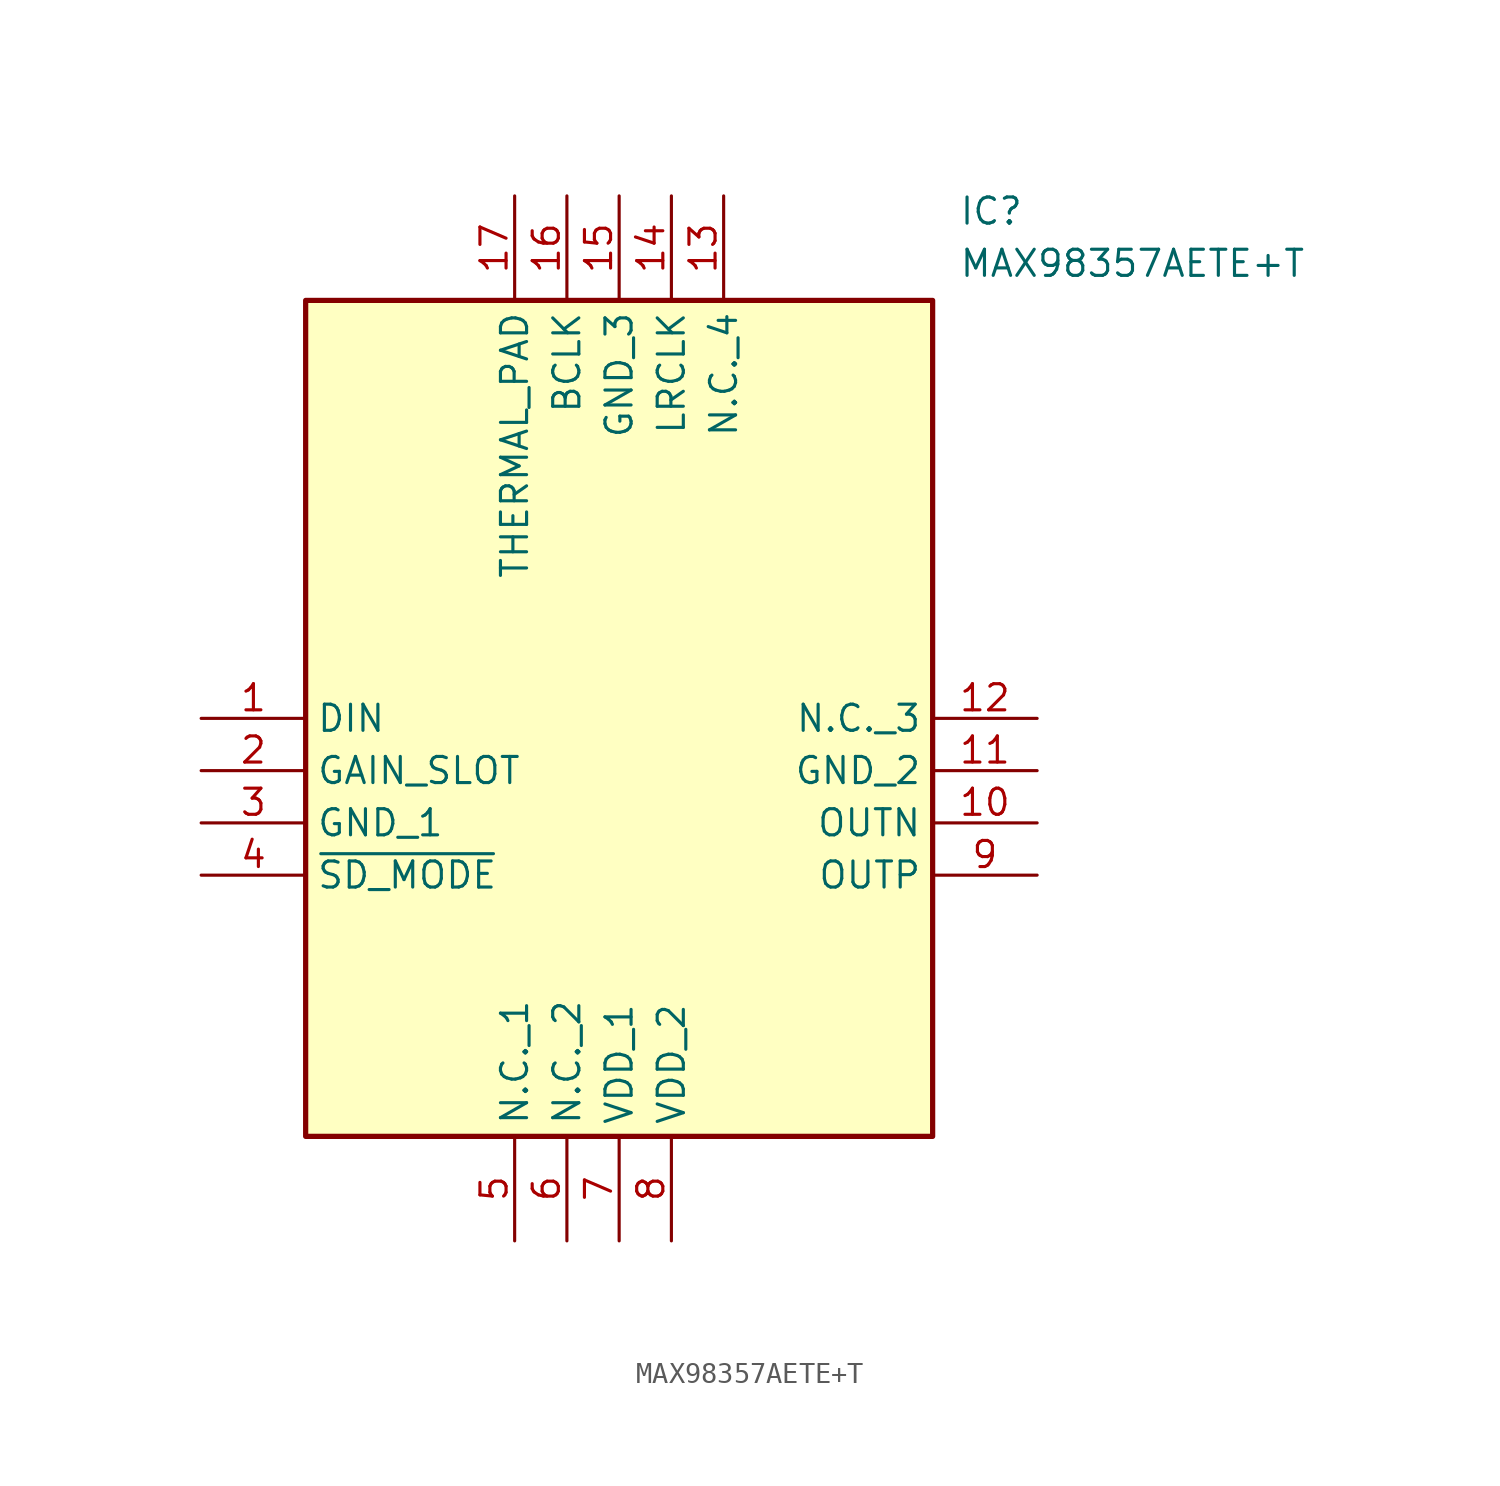
<source format=kicad_sym>
(kicad_symbol_lib
  (version 20211014)
  (generator SamacSys_ECAD_Model)
  (symbol "MAX98357AETE+T"
    (property "Reference" "IC"
      (at 36.83 25.4 0)
      (effects (font (size 1.27 1.27)) (justify left top)))
    (property "Value" "MAX98357AETE+T"
      (at 36.83 22.86 0)
      (effects (font (size 1.27 1.27)) (justify left top)))
    (rectangle
      (start 5.08 20.32)
      (end 35.56 -20.32)
      (stroke (width 0.254) (type default))
      (fill (type background)))
    (pin passive line
      (at 0 0 0)
      (length 5.08)
      (name "DIN" (effects (font (size 1.27 1.27))))
      (number "1" (effects (font (size 1.27 1.27)))))
    (pin passive line
      (at 0 -2.54 0)
      (length 5.08)
      (name "GAIN_SLOT" (effects (font (size 1.27 1.27))))
      (number "2" (effects (font (size 1.27 1.27)))))
    (pin passive line
      (at 0 -5.08 0)
      (length 5.08)
      (name "GND_1" (effects (font (size 1.27 1.27))))
      (number "3" (effects (font (size 1.27 1.27)))))
    (pin passive line
      (at 0 -7.62 0)
      (length 5.08)
      (name "~{SD_MODE}" (effects (font (size 1.27 1.27))))
      (number "4" (effects (font (size 1.27 1.27)))))
    (pin passive line
      (at 15.24 -25.4 90)
      (length 5.08)
      (name "N.C._1" (effects (font (size 1.27 1.27))))
      (number "5" (effects (font (size 1.27 1.27)))))
    (pin passive line
      (at 17.78 -25.4 90)
      (length 5.08)
      (name "N.C._2" (effects (font (size 1.27 1.27))))
      (number "6" (effects (font (size 1.27 1.27)))))
    (pin passive line
      (at 20.32 -25.4 90)
      (length 5.08)
      (name "VDD_1" (effects (font (size 1.27 1.27))))
      (number "7" (effects (font (size 1.27 1.27)))))
    (pin passive line
      (at 22.86 -25.4 90)
      (length 5.08)
      (name "VDD_2" (effects (font (size 1.27 1.27))))
      (number "8" (effects (font (size 1.27 1.27)))))
    (pin passive line
      (at 40.64 0 180)
      (length 5.08)
      (name "N.C._3" (effects (font (size 1.27 1.27))))
      (number "12" (effects (font (size 1.27 1.27)))))
    (pin passive line
      (at 40.64 -2.54 180)
      (length 5.08)
      (name "GND_2" (effects (font (size 1.27 1.27))))
      (number "11" (effects (font (size 1.27 1.27)))))
    (pin passive line
      (at 40.64 -5.08 180)
      (length 5.08)
      (name "OUTN" (effects (font (size 1.27 1.27))))
      (number "10" (effects (font (size 1.27 1.27)))))
    (pin passive line
      (at 40.64 -7.62 180)
      (length 5.08)
      (name "OUTP" (effects (font (size 1.27 1.27))))
      (number "9" (effects (font (size 1.27 1.27)))))
    (pin passive line
      (at 15.24 25.4 270)
      (length 5.08)
      (name "THERMAL_PAD" (effects (font (size 1.27 1.27))))
      (number "17" (effects (font (size 1.27 1.27)))))
    (pin passive line
      (at 17.78 25.4 270)
      (length 5.08)
      (name "BCLK" (effects (font (size 1.27 1.27))))
      (number "16" (effects (font (size 1.27 1.27)))))
    (pin passive line
      (at 20.32 25.4 270)
      (length 5.08)
      (name "GND_3" (effects (font (size 1.27 1.27))))
      (number "15" (effects (font (size 1.27 1.27)))))
    (pin passive line
      (at 22.86 25.4 270)
      (length 5.08)
      (name "LRCLK" (effects (font (size 1.27 1.27))))
      (number "14" (effects (font (size 1.27 1.27)))))
    (pin passive line
      (at 25.4 25.4 270)
      (length 5.08)
      (name "N.C._4" (effects (font (size 1.27 1.27))))
      (number "13" (effects (font (size 1.27 1.27)))))))
</source>
